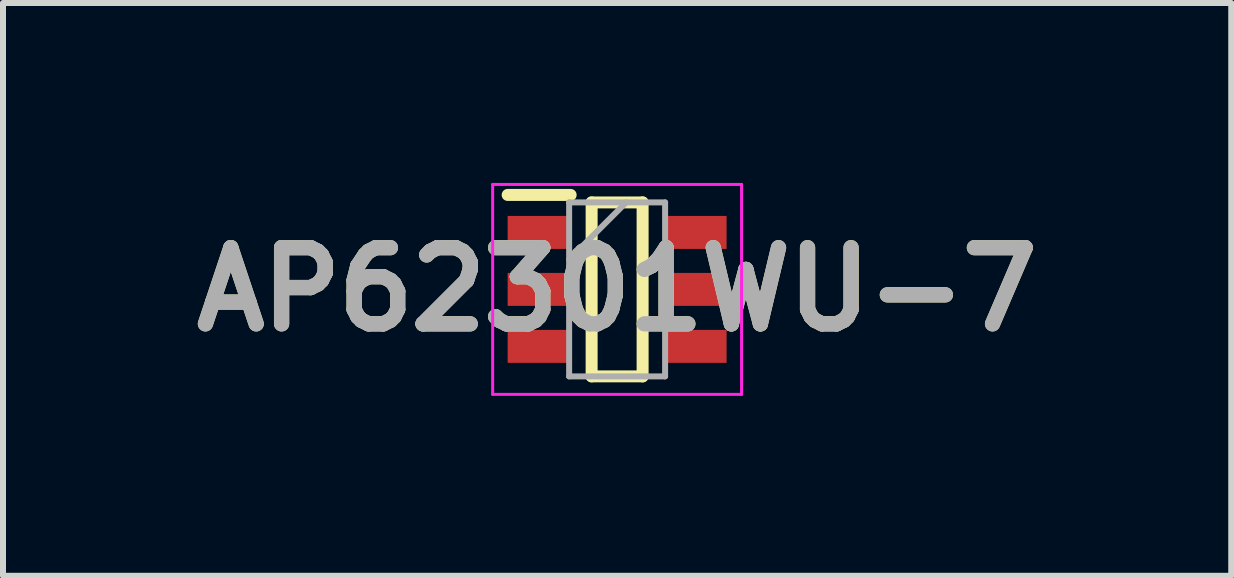
<source format=kicad_pcb>
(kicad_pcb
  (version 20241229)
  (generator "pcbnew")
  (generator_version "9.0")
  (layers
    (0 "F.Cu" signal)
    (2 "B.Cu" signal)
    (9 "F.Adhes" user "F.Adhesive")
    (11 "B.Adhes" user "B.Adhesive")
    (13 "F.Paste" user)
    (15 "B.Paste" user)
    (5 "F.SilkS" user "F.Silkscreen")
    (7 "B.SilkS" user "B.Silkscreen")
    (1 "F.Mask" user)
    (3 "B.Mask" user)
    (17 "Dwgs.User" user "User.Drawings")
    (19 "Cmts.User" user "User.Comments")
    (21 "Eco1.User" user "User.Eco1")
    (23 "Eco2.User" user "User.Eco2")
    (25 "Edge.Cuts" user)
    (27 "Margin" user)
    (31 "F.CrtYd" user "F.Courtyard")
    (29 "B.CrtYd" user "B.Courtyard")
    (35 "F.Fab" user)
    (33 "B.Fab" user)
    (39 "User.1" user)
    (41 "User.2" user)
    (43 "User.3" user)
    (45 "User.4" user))
  (footprint "AP62301WU-7"
    (layer "F.Cu")
    (at 7.239 1.775)
    (property "Reference" "AP62301WU-7" (at 0 0 0) (layer "F.SilkS") (effects (font (size 1.27 1.27) (thickness 0.254))))
    (attr smd)
    (fp_line (start -1.825 -1.575) (end -0.775 -1.575) (stroke (width 0.2) (type solid)) (layer "F.SilkS"))
    (fp_line (start -0.425 -1.45) (end 0.425 -1.45) (stroke (width 0.2) (type solid)) (layer "F.SilkS"))
    (fp_line (start -0.425 1.45) (end -0.425 -1.45) (stroke (width 0.2) (type solid)) (layer "F.SilkS"))
    (fp_line (start 0.425 -1.45) (end 0.425 1.45) (stroke (width 0.2) (type solid)) (layer "F.SilkS"))
    (fp_line (start 0.425 1.45) (end -0.425 1.45) (stroke (width 0.2) (type solid)) (layer "F.SilkS"))
    (fp_line (start -2.075 -1.75) (end 2.075 -1.75) (stroke (width 0.05) (type solid)) (layer "F.CrtYd"))
    (fp_line (start -2.075 1.75) (end -2.075 -1.75) (stroke (width 0.05) (type solid)) (layer "F.CrtYd"))
    (fp_line (start 2.075 -1.75) (end 2.075 1.75) (stroke (width 0.05) (type solid)) (layer "F.CrtYd"))
    (fp_line (start 2.075 1.75) (end -2.075 1.75) (stroke (width 0.05) (type solid)) (layer "F.CrtYd"))
    (fp_line (start -0.8 -1.45) (end 0.8 -1.45) (stroke (width 0.1) (type solid)) (layer "F.Fab"))
    (fp_line (start -0.8 -0.5) (end 0.15 -1.45) (stroke (width 0.1) (type solid)) (layer "F.Fab"))
    (fp_line (start -0.8 1.45) (end -0.8 -1.45) (stroke (width 0.1) (type solid)) (layer "F.Fab"))
    (fp_line (start 0.8 -1.45) (end 0.8 1.45) (stroke (width 0.1) (type solid)) (layer "F.Fab"))
    (fp_line (start 0.8 1.45) (end -0.8 1.45) (stroke (width 0.1) (type solid)) (layer "F.Fab"))
    (fp_text user "${REFERENCE}" (at 0 0 0) (layer "F.Fab") (effects (font (size 1.27 1.27) (thickness 0.254))))
    (pad "1" smd rect (at -1.3 -0.95 90) (size 0.55 1.05) (layers "F.Cu" "F.Mask" "F.Paste"))
    (pad "2" smd rect (at -1.3 0 90) (size 0.55 1.05) (layers "F.Cu" "F.Mask" "F.Paste"))
    (pad "3" smd rect (at -1.3 0.95 90) (size 0.55 1.05) (layers "F.Cu" "F.Mask" "F.Paste"))
    (pad "4" smd rect (at 1.3 0.95 90) (size 0.55 1.05) (layers "F.Cu" "F.Mask" "F.Paste"))
    (pad "5" smd rect (at 1.3 0 90) (size 0.55 1.05) (layers "F.Cu" "F.Mask" "F.Paste"))
    (pad "6" smd rect (at 1.3 -0.95 90) (size 0.55 1.05) (layers "F.Cu" "F.Mask" "F.Paste")))
  (gr_rect
    (start -3 -3)
    (end 17.478 6.55)
    (stroke (width 0.1) (type default))
    (fill no)
    (layer "Edge.Cuts")))
</source>
